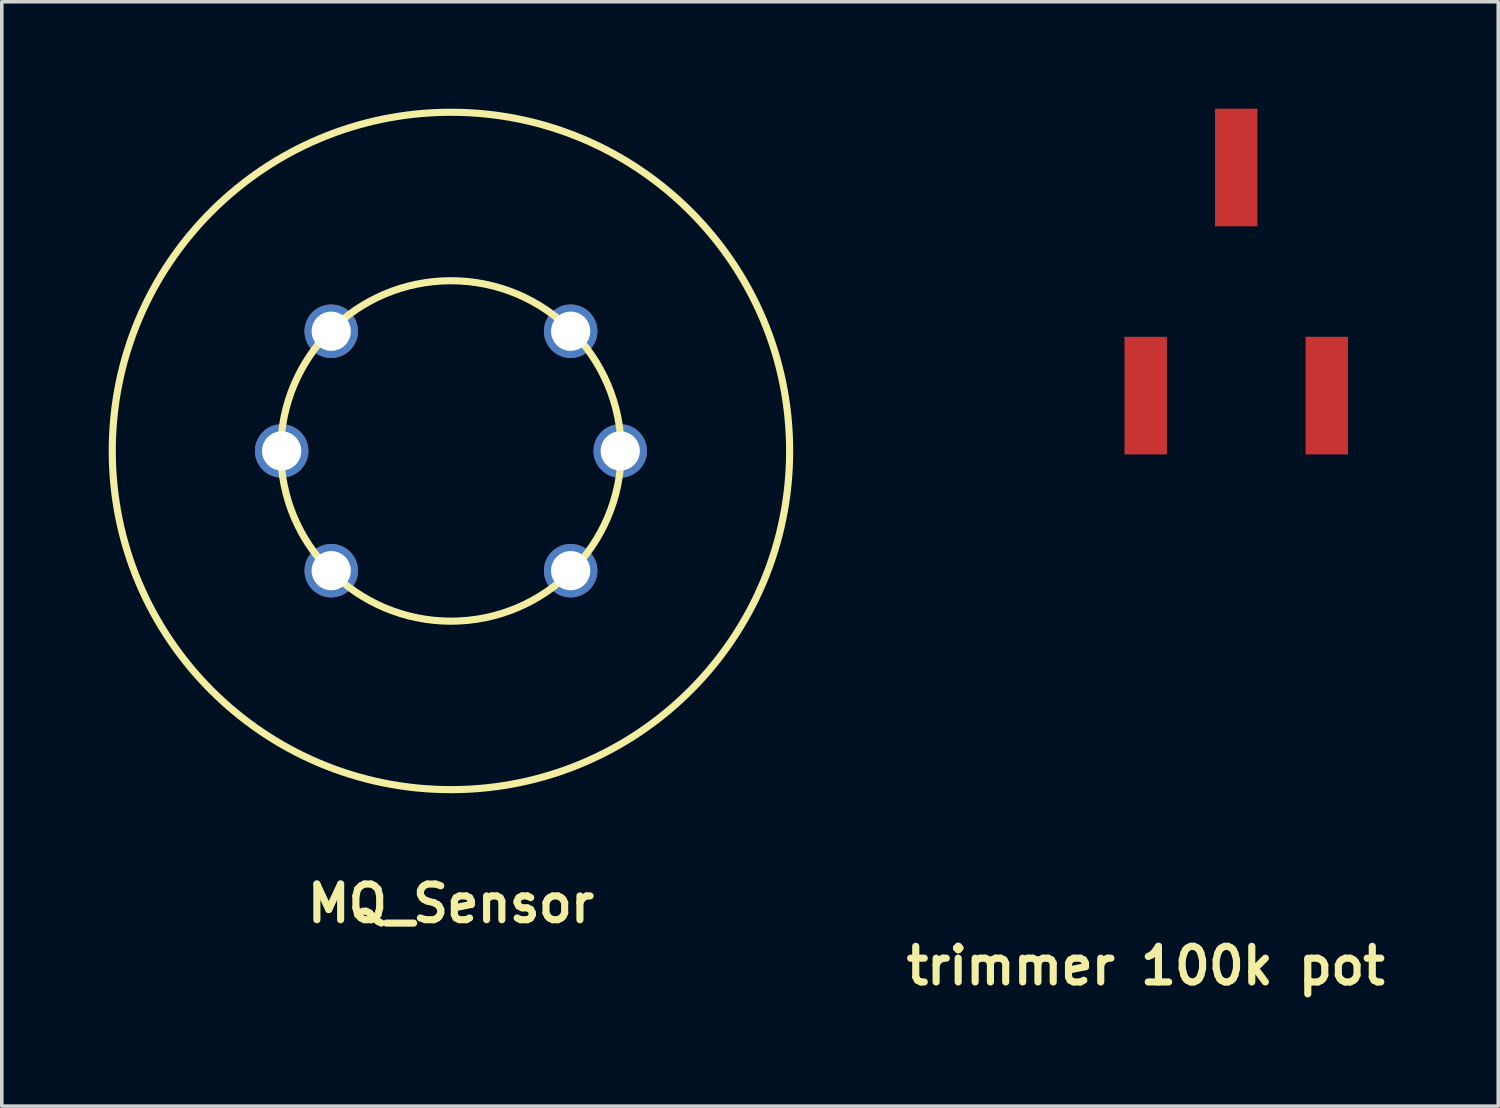
<source format=kicad_pcb>
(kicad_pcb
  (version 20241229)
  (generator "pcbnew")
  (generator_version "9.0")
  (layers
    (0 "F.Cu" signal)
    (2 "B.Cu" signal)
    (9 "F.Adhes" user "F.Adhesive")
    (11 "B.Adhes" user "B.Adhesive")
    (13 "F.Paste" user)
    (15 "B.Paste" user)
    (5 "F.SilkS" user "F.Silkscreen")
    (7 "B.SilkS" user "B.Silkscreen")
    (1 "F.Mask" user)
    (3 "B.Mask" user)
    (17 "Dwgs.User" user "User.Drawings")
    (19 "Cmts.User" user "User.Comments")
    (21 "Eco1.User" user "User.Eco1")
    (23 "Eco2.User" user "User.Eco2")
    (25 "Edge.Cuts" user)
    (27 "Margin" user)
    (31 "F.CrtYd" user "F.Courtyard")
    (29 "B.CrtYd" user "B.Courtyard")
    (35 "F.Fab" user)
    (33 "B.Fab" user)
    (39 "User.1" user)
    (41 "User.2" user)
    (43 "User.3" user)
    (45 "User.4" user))
  (footprint "trimmer 100k pot"
    (layer "F.Cu")
    (at 29.097 8.05)
    (property "Reference" "trimmer 100k pot" (at 0 16 0) (layer "F.SilkS") (effects (font (size 1 1) (thickness 0.2))))
    (attr through_hole)
    (pad "1" smd rect (at 0 0) (size 1.19 3.3) (layers "F.Cu" "F.Mask" "F.Paste"))
    (pad "2" smd rect (at 2.54 -6.4) (size 1.19 3.3) (layers "F.Cu" "F.Mask" "F.Paste"))
    (pad "3" smd rect (at 5.08 0) (size 1.19 3.3) (layers "F.Cu" "F.Mask" "F.Paste")))
  (footprint "MQ_Sensor"
    (layer "F.Cu")
    (at 9.603 9.603)
    (property "Reference" "MQ_Sensor" (at 0 12.7 0) (layer "F.SilkS") (effects (font (size 1 1) (thickness 0.2))))
    (attr through_hole)
    (fp_circle (center 0 0) (end 4.75 -0.5) (stroke (width 0.2) (type solid)) (fill no) (layer "F.SilkS"))
    (fp_circle (center 0 0) (end 9.5 0.25) (stroke (width 0.2) (type solid)) (fill no) (layer "F.SilkS"))
    (pad "1" thru_hole circle (at -3.359 -3.359) (size 1.5 1.5) (drill 1.1) (layers "*.Cu" "*.Mask"))
    (pad "2" thru_hole circle (at -4.75 0) (size 1.5 1.5) (drill 1.1) (layers "*.Cu" "*.Mask"))
    (pad "3" thru_hole circle (at -3.359 3.359) (size 1.5 1.5) (drill 1.1) (layers "*.Cu" "*.Mask"))
    (pad "4" thru_hole circle (at 3.359 3.359) (size 1.5 1.5) (drill 1.1) (layers "*.Cu" "*.Mask"))
    (pad "5" thru_hole circle (at 4.75 0) (size 1.5 1.5) (drill 1.1) (layers "*.Cu" "*.Mask"))
    (pad "6" thru_hole circle (at 3.359 -3.359) (size 1.5 1.5) (drill 1.1) (layers "*.Cu" "*.Mask")))
  (gr_rect
    (start -3 -3)
    (end 38.988 27.986)
    (stroke (width 0.1) (type default))
    (fill no)
    (layer "Edge.Cuts")))
</source>
